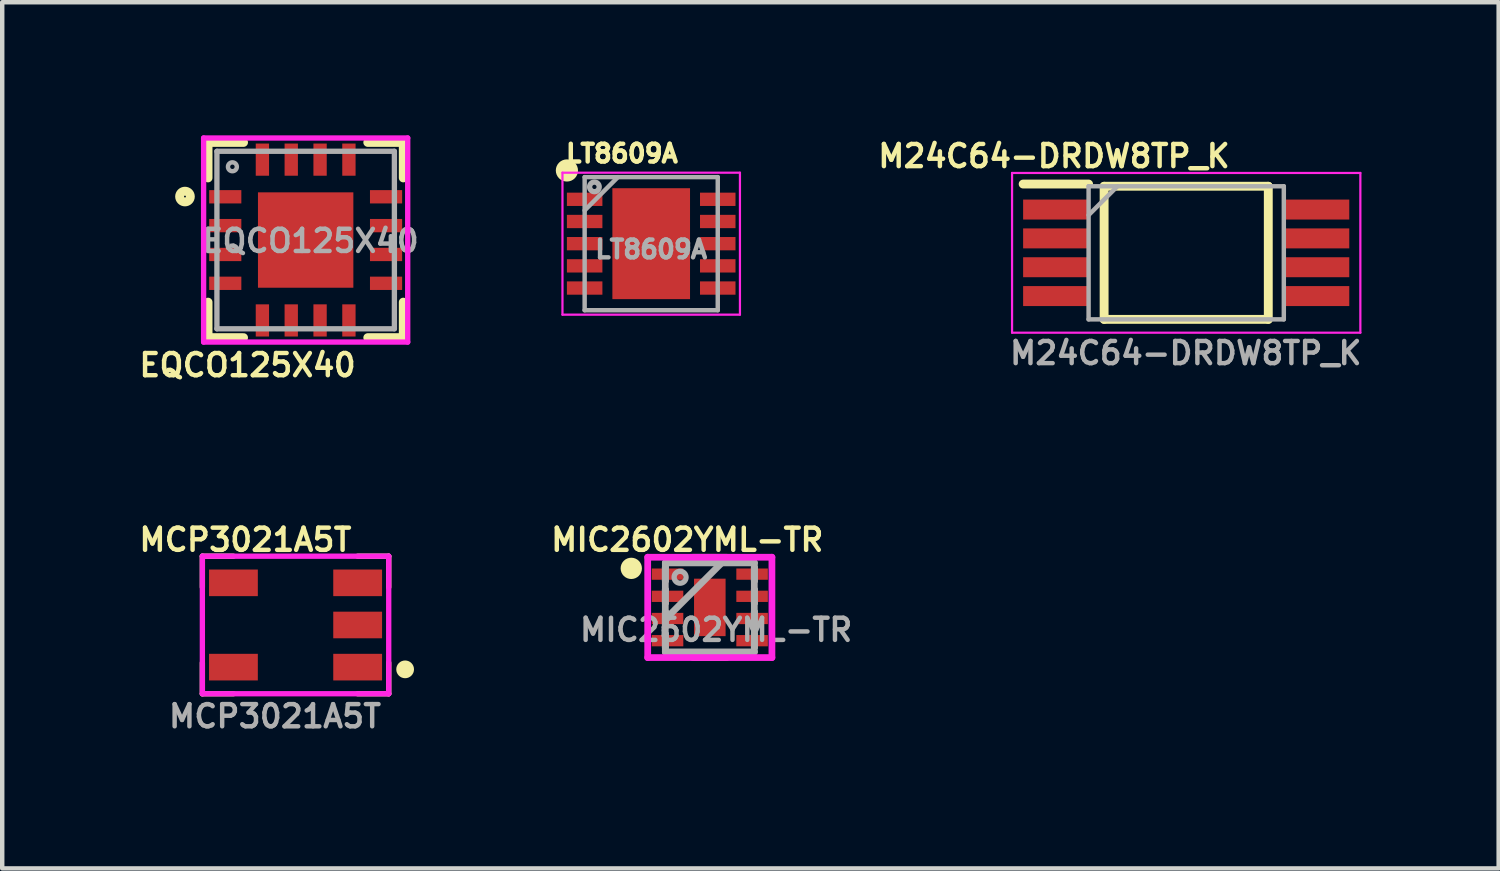
<source format=kicad_pcb>
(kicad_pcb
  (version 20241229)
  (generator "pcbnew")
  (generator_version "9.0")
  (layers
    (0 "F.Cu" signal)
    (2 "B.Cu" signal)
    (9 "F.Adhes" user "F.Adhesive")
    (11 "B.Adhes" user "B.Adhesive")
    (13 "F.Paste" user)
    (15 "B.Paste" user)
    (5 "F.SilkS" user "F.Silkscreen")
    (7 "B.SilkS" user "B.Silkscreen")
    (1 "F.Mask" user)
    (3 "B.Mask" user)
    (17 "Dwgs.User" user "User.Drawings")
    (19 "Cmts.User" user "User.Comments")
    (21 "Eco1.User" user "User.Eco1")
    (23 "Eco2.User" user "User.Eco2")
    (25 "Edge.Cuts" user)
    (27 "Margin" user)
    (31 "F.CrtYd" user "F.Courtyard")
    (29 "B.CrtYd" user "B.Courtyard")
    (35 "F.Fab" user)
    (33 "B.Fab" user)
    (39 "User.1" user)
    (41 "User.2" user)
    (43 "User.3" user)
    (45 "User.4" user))
  (footprint "EQCO125X40"
    (layer "F.Cu")
    (at 3.839 2.36)
    (property "Reference" "EQCO125X40" (at -1.31 2.82 0) (layer "F.SilkS") (effects (font (size 0.5 0.5) (thickness 0.1))))
    (attr smd)
    (fp_line (start -2.2 -2.2) (end -1.4 -2.2) (stroke (width 0.2) (type solid)) (layer "F.SilkS"))
    (fp_line (start -2.2 -1.4) (end -2.2 -2.2) (stroke (width 0.2) (type solid)) (layer "F.SilkS"))
    (fp_line (start -2.2 1.4) (end -2.2 2.2) (stroke (width 0.2) (type solid)) (layer "F.SilkS"))
    (fp_line (start -2.2 2.2) (end -1.4 2.2) (stroke (width 0.2) (type solid)) (layer "F.SilkS"))
    (fp_line (start 1.4 -2.2) (end 2.2 -2.2) (stroke (width 0.2) (type solid)) (layer "F.SilkS"))
    (fp_line (start 2.2 -2.2) (end 2.2 -1.4) (stroke (width 0.2) (type solid)) (layer "F.SilkS"))
    (fp_line (start 2.2 1.4) (end 2.2 2.2) (stroke (width 0.2) (type solid)) (layer "F.SilkS"))
    (fp_line (start 2.2 2.2) (end 1.4 2.2) (stroke (width 0.2) (type solid)) (layer "F.SilkS"))
    (fp_circle (center -2.72 -0.98) (end -2.599 -0.98) (stroke (width 0.2) (type solid)) (fill no) (layer "F.SilkS"))
    (fp_line (start -2.3 -2.3) (end 2.3 -2.3) (stroke (width 0.12) (type solid)) (layer "F.CrtYd"))
    (fp_line (start -2.3 2.3) (end -2.3 -2.3) (stroke (width 0.12) (type solid)) (layer "F.CrtYd"))
    (fp_line (start -2.3 2.3) (end 2.3 2.3) (stroke (width 0.12) (type solid)) (layer "F.CrtYd"))
    (fp_line (start 2.3 2.3) (end 2.3 -2.3) (stroke (width 0.12) (type solid)) (layer "F.CrtYd"))
    (fp_line (start -2 -2) (end 2 -2) (stroke (width 0.12) (type solid)) (layer "F.Fab"))
    (fp_line (start -2 2) (end -2 -2) (stroke (width 0.12) (type solid)) (layer "F.Fab"))
    (fp_line (start 2 -2) (end 2 2) (stroke (width 0.12) (type solid)) (layer "F.Fab"))
    (fp_line (start 2 2) (end -2 2) (stroke (width 0.12) (type solid)) (layer "F.Fab"))
    (fp_circle (center -1.651 -1.651) (end -1.551 -1.651) (stroke (width 0.1) (type solid)) (fill no) (layer "F.Fab"))
    (fp_text user "${REFERENCE}" (at 0.11 0.02 0) (layer "F.Fab") (effects (font (size 0.5 0.5) (thickness 0.1))))
    (pad "1" smd rect (at -1.812 -0.975) (size 0.725 0.3) (layers "F.Cu" "F.Mask" "F.Paste"))
    (pad "2" smd rect (at -1.812 -0.325 180) (size 0.725 0.3) (layers "F.Cu" "F.Mask" "F.Paste"))
    (pad "3" smd rect (at -1.812 0.325 180) (size 0.725 0.3) (layers "F.Cu" "F.Mask" "F.Paste"))
    (pad "4" smd rect (at -1.812 0.975 180) (size 0.725 0.3) (layers "F.Cu" "F.Mask" "F.Paste"))
    (pad "5" smd rect (at -0.975 1.812 270) (size 0.725 0.3) (layers "F.Cu" "F.Mask" "F.Paste"))
    (pad "6" smd rect (at -0.325 1.812 270) (size 0.725 0.3) (layers "F.Cu" "F.Mask" "F.Paste"))
    (pad "7" smd rect (at 0.325 1.812 270) (size 0.725 0.3) (layers "F.Cu" "F.Mask" "F.Paste"))
    (pad "8" smd rect (at 0.975 1.812 270) (size 0.725 0.3) (layers "F.Cu" "F.Mask" "F.Paste"))
    (pad "9" smd rect (at 1.812 0.975) (size 0.725 0.3) (layers "F.Cu" "F.Mask" "F.Paste"))
    (pad "10" smd rect (at 1.812 0.325) (size 0.725 0.3) (layers "F.Cu" "F.Mask" "F.Paste"))
    (pad "11" smd rect (at 1.812 -0.325) (size 0.725 0.3) (layers "F.Cu" "F.Mask" "F.Paste"))
    (pad "12" smd rect (at 1.812 -0.975) (size 0.725 0.3) (layers "F.Cu" "F.Mask" "F.Paste"))
    (pad "13" smd rect (at 0.975 -1.812 90) (size 0.725 0.3) (layers "F.Cu" "F.Mask" "F.Paste"))
    (pad "14" smd rect (at 0.325 -1.812 90) (size 0.725 0.3) (layers "F.Cu" "F.Mask" "F.Paste"))
    (pad "15" smd rect (at -0.325 -1.812 90) (size 0.725 0.3) (layers "F.Cu" "F.Mask" "F.Paste"))
    (pad "16" smd rect (at -0.975 -1.812 90) (size 0.725 0.3) (layers "F.Cu" "F.Mask" "F.Paste"))
    (pad "17" smd rect (at 0 0) (size 2.15 2.15) (layers "F.Cu" "F.Mask" "F.Paste")))
  (footprint "MCP3021A5T"
    (layer "F.Cu")
    (at 3.611 11.036)
    (property "Reference" "MCP3021A5T" (at -1.13 -1.92 0) (unlocked yes) (layer "F.SilkS") (effects (font (size 0.5 0.5) (thickness 0.1) (bold yes))))
    (attr smd)
    (fp_line (start -2.1 -1.55) (end -1.4 -1.55) (stroke (width 0.12) (type default)) (layer "F.SilkS"))
    (fp_line (start -2.1 -0.85) (end -2.1 -1.55) (stroke (width 0.12) (type default)) (layer "F.SilkS"))
    (fp_line (start -2.1 1.55) (end -2.1 0.85) (stroke (width 0.12) (type default)) (layer "F.SilkS"))
    (fp_line (start -2.1 1.55) (end -1.4 1.55) (stroke (width 0.12) (type default)) (layer "F.SilkS"))
    (fp_line (start 1.4 -1.55) (end 2.1 -1.55) (stroke (width 0.12) (type default)) (layer "F.SilkS"))
    (fp_line (start 2.1 -1.55) (end 2.1 -0.85) (stroke (width 0.12) (type default)) (layer "F.SilkS"))
    (fp_line (start 2.1 0.85) (end 2.1 1.55) (stroke (width 0.12) (type default)) (layer "F.SilkS"))
    (fp_line (start 2.1 1.55) (end 1.4 1.55) (stroke (width 0.12) (type default)) (layer "F.SilkS"))
    (fp_circle (center 2.47 1) (end 2.57 1) (stroke (width 0.2) (type default)) (fill no) (layer "F.SilkS"))
    (fp_line (start -2.1 -1.55) (end 2.1 -1.55) (stroke (width 0.12) (type default)) (layer "F.CrtYd"))
    (fp_line (start -2.1 1.55) (end -2.1 -1.55) (stroke (width 0.12) (type default)) (layer "F.CrtYd"))
    (fp_line (start 2.1 -1.55) (end 2.1 1.55) (stroke (width 0.12) (type default)) (layer "F.CrtYd"))
    (fp_line (start 2.1 1.55) (end -2.1 1.55) (stroke (width 0.12) (type default)) (layer "F.CrtYd"))
    (fp_text user "${REFERENCE}" (at -2.91 2.35 0) (unlocked yes) (layer "F.Fab") (effects (font (size 0.5 0.5) (thickness 0.1) (bold yes)) (justify left bottom)))
    (pad "1" smd rect (at 1.4 0.95) (size 1.1 0.6) (layers "F.Cu" "F.Mask" "F.Paste"))
    (pad "2" smd rect (at 1.4 0) (size 1.1 0.6) (layers "F.Cu" "F.Mask" "F.Paste"))
    (pad "3" smd rect (at 1.4 -0.95) (size 1.1 0.6) (layers "F.Cu" "F.Mask" "F.Paste"))
    (pad "4" smd rect (at -1.4 -0.95) (size 1.1 0.6) (layers "F.Cu" "F.Mask" "F.Paste"))
    (pad "5" smd rect (at -1.4 0.95) (size 1.1 0.6) (layers "F.Cu" "F.Mask" "F.Paste")))
  (footprint "MIC2602YML-TR"
    (layer "F.Cu")
    (at 12.948 10.64)
    (property "Reference" "MIC2602YML-TR" (at -0.508 -1.524 0) (layer "F.SilkS") (effects (font (size 0.5 0.5) (thickness 0.1))))
    (attr smd)
    (fp_line (start -0.381 1.13) (end 0.381 1.13) (stroke (width 0.152) (type solid)) (layer "F.SilkS"))
    (fp_line (start 0.381 -1.13) (end -0.381 -1.13) (stroke (width 0.152) (type solid)) (layer "F.SilkS"))
    (fp_circle (center -1.77 -0.88) (end -1.65 -0.88) (stroke (width 0.24) (type default)) (fill no) (layer "F.SilkS"))
    (fp_line (start -1.4 -1.131) (end 1.4 -1.131) (stroke (width 0.152) (type solid)) (layer "F.CrtYd"))
    (fp_line (start -1.4 1.131) (end -1.4 -1.131) (stroke (width 0.152) (type solid)) (layer "F.CrtYd"))
    (fp_line (start 1.4 -1.131) (end 1.4 1.131) (stroke (width 0.152) (type solid)) (layer "F.CrtYd"))
    (fp_line (start 1.4 1.131) (end -1.4 1.131) (stroke (width 0.152) (type solid)) (layer "F.CrtYd"))
    (fp_line (start -1.003 -1.003) (end -1.003 -1.003) (stroke (width 0.152) (type solid)) (layer "F.Fab"))
    (fp_line (start -1.003 -1.003) (end -1.003 1.003) (stroke (width 0.152) (type solid)) (layer "F.Fab"))
    (fp_line (start -1.003 -0.902) (end -1.003 -0.902) (stroke (width 0.152) (type solid)) (layer "F.Fab"))
    (fp_line (start -1.003 -0.902) (end -1.003 -0.598) (stroke (width 0.152) (type solid)) (layer "F.Fab"))
    (fp_line (start -1.003 -0.598) (end -1.003 -0.902) (stroke (width 0.152) (type solid)) (layer "F.Fab"))
    (fp_line (start -1.003 -0.598) (end -1.003 -0.598) (stroke (width 0.152) (type solid)) (layer "F.Fab"))
    (fp_line (start -1.003 -0.402) (end -1.003 -0.402) (stroke (width 0.152) (type solid)) (layer "F.Fab"))
    (fp_line (start -1.003 -0.402) (end -1.003 -0.098) (stroke (width 0.152) (type solid)) (layer "F.Fab"))
    (fp_line (start -1.003 -0.098) (end -1.003 -0.402) (stroke (width 0.152) (type solid)) (layer "F.Fab"))
    (fp_line (start -1.003 -0.098) (end -1.003 -0.098) (stroke (width 0.152) (type solid)) (layer "F.Fab"))
    (fp_line (start -1.003 0.098) (end -1.003 0.098) (stroke (width 0.152) (type solid)) (layer "F.Fab"))
    (fp_line (start -1.003 0.098) (end -1.003 0.402) (stroke (width 0.152) (type solid)) (layer "F.Fab"))
    (fp_line (start -1.003 0.267) (end 0.267 -1.003) (stroke (width 0.152) (type solid)) (layer "F.Fab"))
    (fp_line (start -1.003 0.402) (end -1.003 0.098) (stroke (width 0.152) (type solid)) (layer "F.Fab"))
    (fp_line (start -1.003 0.402) (end -1.003 0.402) (stroke (width 0.152) (type solid)) (layer "F.Fab"))
    (fp_line (start -1.003 0.598) (end -1.003 0.598) (stroke (width 0.152) (type solid)) (layer "F.Fab"))
    (fp_line (start -1.003 0.598) (end -1.003 0.902) (stroke (width 0.152) (type solid)) (layer "F.Fab"))
    (fp_line (start -1.003 0.902) (end -1.003 0.598) (stroke (width 0.152) (type solid)) (layer "F.Fab"))
    (fp_line (start -1.003 0.902) (end -1.003 0.902) (stroke (width 0.152) (type solid)) (layer "F.Fab"))
    (fp_line (start -1.003 1.003) (end -1.003 1.003) (stroke (width 0.152) (type solid)) (layer "F.Fab"))
    (fp_line (start -1.003 1.003) (end 1.003 1.003) (stroke (width 0.152) (type solid)) (layer "F.Fab"))
    (fp_line (start 1.003 -1.003) (end -1.003 -1.003) (stroke (width 0.152) (type solid)) (layer "F.Fab"))
    (fp_line (start 1.003 -1.003) (end 1.003 -1.003) (stroke (width 0.152) (type solid)) (layer "F.Fab"))
    (fp_line (start 1.003 -0.902) (end 1.003 -0.902) (stroke (width 0.152) (type solid)) (layer "F.Fab"))
    (fp_line (start 1.003 -0.902) (end 1.003 -0.598) (stroke (width 0.152) (type solid)) (layer "F.Fab"))
    (fp_line (start 1.003 -0.598) (end 1.003 -0.902) (stroke (width 0.152) (type solid)) (layer "F.Fab"))
    (fp_line (start 1.003 -0.598) (end 1.003 -0.598) (stroke (width 0.152) (type solid)) (layer "F.Fab"))
    (fp_line (start 1.003 -0.402) (end 1.003 -0.402) (stroke (width 0.152) (type solid)) (layer "F.Fab"))
    (fp_line (start 1.003 -0.402) (end 1.003 -0.098) (stroke (width 0.152) (type solid)) (layer "F.Fab"))
    (fp_line (start 1.003 -0.098) (end 1.003 -0.402) (stroke (width 0.152) (type solid)) (layer "F.Fab"))
    (fp_line (start 1.003 -0.098) (end 1.003 -0.098) (stroke (width 0.152) (type solid)) (layer "F.Fab"))
    (fp_line (start 1.003 0.098) (end 1.003 0.098) (stroke (width 0.152) (type solid)) (layer "F.Fab"))
    (fp_line (start 1.003 0.098) (end 1.003 0.402) (stroke (width 0.152) (type solid)) (layer "F.Fab"))
    (fp_line (start 1.003 0.402) (end 1.003 0.098) (stroke (width 0.152) (type solid)) (layer "F.Fab"))
    (fp_line (start 1.003 0.402) (end 1.003 0.402) (stroke (width 0.152) (type solid)) (layer "F.Fab"))
    (fp_line (start 1.003 0.598) (end 1.003 0.598) (stroke (width 0.152) (type solid)) (layer "F.Fab"))
    (fp_line (start 1.003 0.598) (end 1.003 0.902) (stroke (width 0.152) (type solid)) (layer "F.Fab"))
    (fp_line (start 1.003 0.902) (end 1.003 0.598) (stroke (width 0.152) (type solid)) (layer "F.Fab"))
    (fp_line (start 1.003 0.902) (end 1.003 0.902) (stroke (width 0.152) (type solid)) (layer "F.Fab"))
    (fp_line (start 1.003 1.003) (end 1.003 -1.003) (stroke (width 0.152) (type solid)) (layer "F.Fab"))
    (fp_line (start 1.003 1.003) (end 1.003 1.003) (stroke (width 0.152) (type solid)) (layer "F.Fab"))
    (fp_circle (center -0.67 -0.68) (end -0.58 -0.58) (stroke (width 0.12) (type solid)) (fill no) (layer "F.Fab"))
    (fp_text user "${REFERENCE}" (at 0.142 0.506 0) (layer "F.Fab") (effects (font (size 0.5 0.5) (thickness 0.1))))
    (pad "1" smd rect (at -0.953 -0.75 90) (size 0.254 0.711) (layers "F.Cu" "F.Mask" "F.Paste"))
    (pad "2" smd rect (at -0.953 -0.25 90) (size 0.254 0.711) (layers "F.Cu" "F.Mask" "F.Paste"))
    (pad "3" smd rect (at -0.953 0.25 90) (size 0.254 0.711) (layers "F.Cu" "F.Mask" "F.Paste"))
    (pad "4" smd rect (at -0.953 0.75 90) (size 0.254 0.711) (layers "F.Cu" "F.Mask" "F.Paste"))
    (pad "5" smd rect (at 0.953 0.75 90) (size 0.254 0.711) (layers "F.Cu" "F.Mask" "F.Paste"))
    (pad "6" smd rect (at 0.953 0.25 90) (size 0.254 0.711) (layers "F.Cu" "F.Mask" "F.Paste"))
    (pad "7" smd rect (at 0.953 -0.25 90) (size 0.254 0.711) (layers "F.Cu" "F.Mask" "F.Paste"))
    (pad "8" smd rect (at 0.953 -0.75 90) (size 0.254 0.711) (layers "F.Cu" "F.Mask" "F.Paste"))
    (pad "9" smd rect (at 0 0) (size 0.711 1.295) (layers "F.Cu" "F.Mask" "F.Paste")))
  (footprint "M24C64-DRDW8TP_K"
    (layer "F.Cu")
    (at 23.685 2.648)
    (property "Reference" "M24C64-DRDW8TP_K" (at -2.98 -2.18 0) (layer "F.SilkS") (effects (font (size 0.5 0.5) (thickness 0.1))))
    (attr smd)
    (fp_line (start -3.675 -1.55) (end -2.2 -1.55) (stroke (width 0.2) (type solid)) (layer "F.SilkS"))
    (fp_line (start -1.85 -1.5) (end 1.85 -1.5) (stroke (width 0.2) (type solid)) (layer "F.SilkS"))
    (fp_line (start -1.85 1.5) (end -1.85 -1.5) (stroke (width 0.2) (type solid)) (layer "F.SilkS"))
    (fp_line (start 1.85 -1.5) (end 1.85 1.5) (stroke (width 0.2) (type solid)) (layer "F.SilkS"))
    (fp_line (start 1.85 1.5) (end -1.85 1.5) (stroke (width 0.2) (type solid)) (layer "F.SilkS"))
    (fp_line (start -3.925 -1.8) (end 3.925 -1.8) (stroke (width 0.05) (type solid)) (layer "F.CrtYd"))
    (fp_line (start -3.925 1.8) (end -3.925 -1.8) (stroke (width 0.05) (type solid)) (layer "F.CrtYd"))
    (fp_line (start 3.925 -1.8) (end 3.925 1.8) (stroke (width 0.05) (type solid)) (layer "F.CrtYd"))
    (fp_line (start 3.925 1.8) (end -3.925 1.8) (stroke (width 0.05) (type solid)) (layer "F.CrtYd"))
    (fp_line (start -2.2 -1.5) (end 2.2 -1.5) (stroke (width 0.1) (type solid)) (layer "F.Fab"))
    (fp_line (start -2.2 -0.85) (end -1.55 -1.5) (stroke (width 0.1) (type solid)) (layer "F.Fab"))
    (fp_line (start -2.2 1.5) (end -2.2 -1.5) (stroke (width 0.1) (type solid)) (layer "F.Fab"))
    (fp_line (start 2.2 -1.5) (end 2.2 1.5) (stroke (width 0.1) (type solid)) (layer "F.Fab"))
    (fp_line (start 2.2 1.5) (end -2.2 1.5) (stroke (width 0.1) (type solid)) (layer "F.Fab"))
    (fp_text user "${REFERENCE}" (at -0.01 2.26 0) (layer "F.Fab") (effects (font (size 0.5 0.5) (thickness 0.1))))
    (pad "1" smd rect (at -2.938 -0.975 90) (size 0.45 1.475) (layers "F.Cu" "F.Mask" "F.Paste"))
    (pad "2" smd rect (at -2.938 -0.325 90) (size 0.45 1.475) (layers "F.Cu" "F.Mask" "F.Paste"))
    (pad "3" smd rect (at -2.938 0.325 90) (size 0.45 1.475) (layers "F.Cu" "F.Mask" "F.Paste"))
    (pad "4" smd rect (at -2.938 0.975 90) (size 0.45 1.475) (layers "F.Cu" "F.Mask" "F.Paste"))
    (pad "5" smd rect (at 2.938 0.975 90) (size 0.45 1.475) (layers "F.Cu" "F.Mask" "F.Paste"))
    (pad "6" smd rect (at 2.938 0.325 90) (size 0.45 1.475) (layers "F.Cu" "F.Mask" "F.Paste"))
    (pad "7" smd rect (at 2.938 -0.325 90) (size 0.45 1.475) (layers "F.Cu" "F.Mask" "F.Paste"))
    (pad "8" smd rect (at 2.938 -0.975 90) (size 0.45 1.475) (layers "F.Cu" "F.Mask" "F.Paste")))
  (footprint "LT8609A"
    (layer "F.Cu")
    (at 11.627 2.442)
    (property "Reference" "LT8609A" (at -0.66 -2.032 0) (layer "F.SilkS") (effects (font (size 0.4 0.4) (thickness 0.1))))
    (attr smd)
    (fp_circle (center -1.9 -1.65) (end -1.9 -1.525) (stroke (width 0.25) (type solid)) (fill no) (layer "F.SilkS"))
    (fp_line (start -2 -1.6) (end 2 -1.6) (stroke (width 0.05) (type solid)) (layer "F.CrtYd"))
    (fp_line (start -2 1.6) (end -2 -1.6) (stroke (width 0.05) (type solid)) (layer "F.CrtYd"))
    (fp_line (start 2 -1.6) (end 2 1.6) (stroke (width 0.05) (type solid)) (layer "F.CrtYd"))
    (fp_line (start 2 1.6) (end -2 1.6) (stroke (width 0.05) (type solid)) (layer "F.CrtYd"))
    (fp_line (start -1.5 -1.5) (end 1.5 -1.5) (stroke (width 0.1) (type solid)) (layer "F.Fab"))
    (fp_line (start -1.5 -0.75) (end -0.75 -1.5) (stroke (width 0.1) (type solid)) (layer "F.Fab"))
    (fp_line (start -1.5 1.5) (end -1.5 -1.5) (stroke (width 0.1) (type solid)) (layer "F.Fab"))
    (fp_line (start 1.5 -1.5) (end 1.5 1.5) (stroke (width 0.1) (type solid)) (layer "F.Fab"))
    (fp_line (start 1.5 1.5) (end -1.5 1.5) (stroke (width 0.1) (type solid)) (layer "F.Fab"))
    (fp_circle (center -1.28 -1.28) (end -1.19 -1.22) (stroke (width 0.12) (type solid)) (fill no) (layer "F.Fab"))
    (fp_text user "${REFERENCE}" (at -0.0004 0.128 0) (layer "F.Fab") (effects (font (size 0.4 0.4) (thickness 0.1))))
    (pad "1" smd rect (at -1.5 -1 90) (size 0.3 0.8) (layers "F.Cu" "F.Mask" "F.Paste"))
    (pad "2" smd rect (at -1.5 -0.5 90) (size 0.3 0.8) (layers "F.Cu" "F.Mask" "F.Paste"))
    (pad "3" smd rect (at -1.5 0 90) (size 0.3 0.8) (layers "F.Cu" "F.Mask" "F.Paste"))
    (pad "4" smd rect (at -1.5 0.5 90) (size 0.3 0.8) (layers "F.Cu" "F.Mask" "F.Paste"))
    (pad "5" smd rect (at -1.5 1 90) (size 0.3 0.8) (layers "F.Cu" "F.Mask" "F.Paste"))
    (pad "6" smd rect (at 1.5 1 90) (size 0.3 0.8) (layers "F.Cu" "F.Mask" "F.Paste"))
    (pad "7" smd rect (at 1.5 0.5 90) (size 0.3 0.8) (layers "F.Cu" "F.Mask" "F.Paste"))
    (pad "8" smd rect (at 1.5 0 90) (size 0.3 0.8) (layers "F.Cu" "F.Mask" "F.Paste"))
    (pad "9" smd rect (at 1.5 -0.5 90) (size 0.3 0.8) (layers "F.Cu" "F.Mask" "F.Paste"))
    (pad "10" smd rect (at 1.5 -1 90) (size 0.3 0.8) (layers "F.Cu" "F.Mask" "F.Paste"))
    (pad "11" smd rect (at 0 0) (size 1.75 2.5) (layers "F.Cu" "F.Mask" "F.Paste")))
  (gr_rect
    (start -3 -3)
    (end 30.727 16.522)
    (stroke (width 0.1) (type default))
    (fill no)
    (layer "Edge.Cuts")))
</source>
